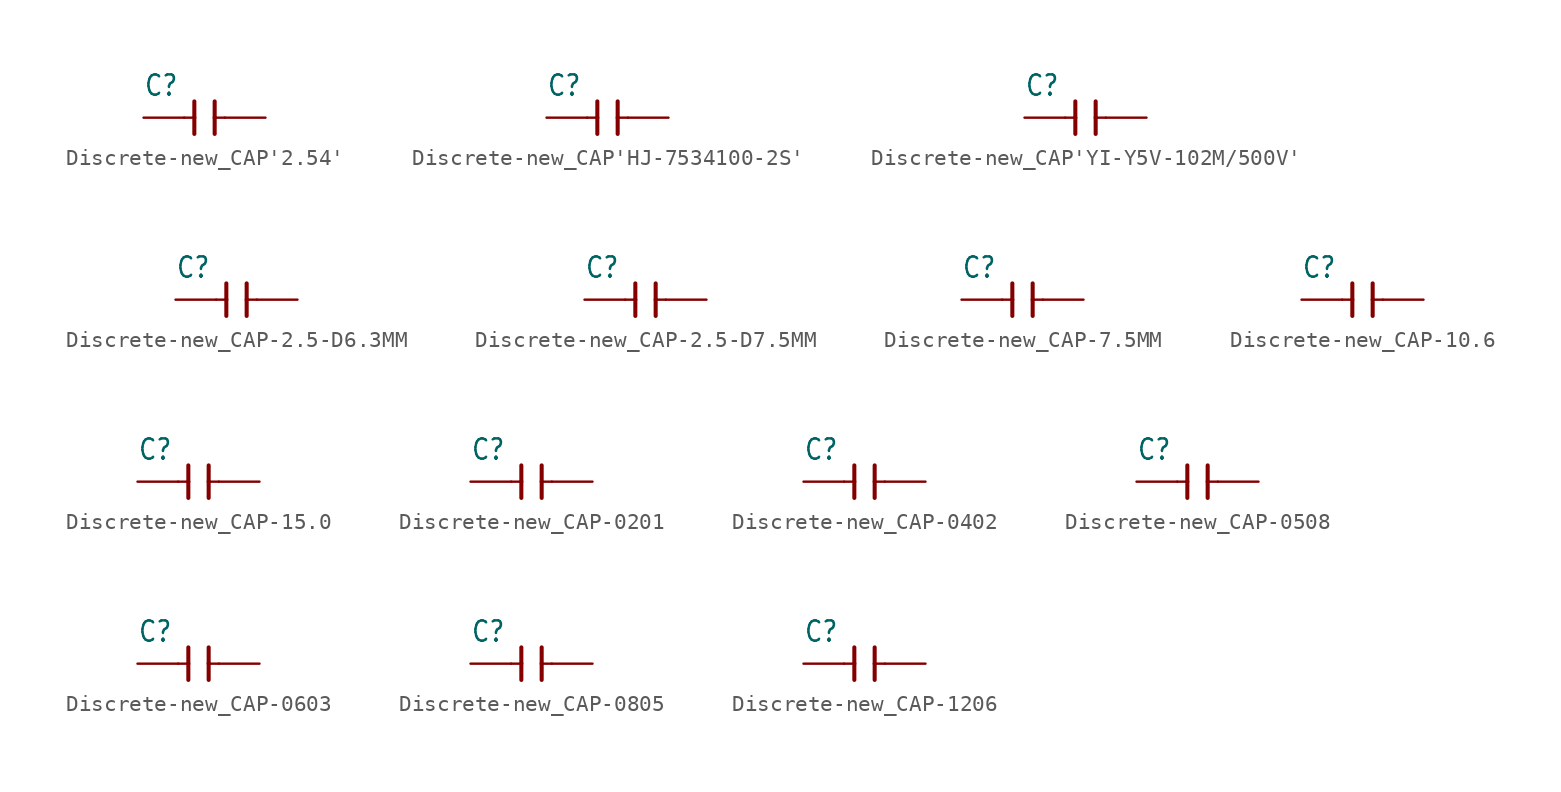
<source format=kicad_sym>
(kicad_symbol_lib
  (version 20231120)
  (generator "kicad_symbol_editor")
  (generator_version "8.0")
  (symbol "Discrete-new_CAP'2.54'"
    (property "Reference" "C"
      (at -3.81 1.27 0)
      (effects (font (size 1.27 1.079)) (justify left bottom)))
    (property "Value" ""
      (at -3.81 0 0)
      (effects (font (size 1.27 1.079)) (justify left bottom)))
    (property "ki_locked" ""
      (at 0 0 0)
      (effects (font (size 1.27 1.27))))
    (symbol "Discrete-new_CAP'2.54'_1_0"
      (polyline (pts (xy -1.27 0) (xy -0.635 0)) (stroke (width 0.152) (type solid)) (fill (type none)))
      (polyline (pts (xy -0.635 -1.016) (xy -0.635 0)) (stroke (width 0.254) (type solid)) (fill (type none)))
      (polyline (pts (xy -0.635 0) (xy -0.635 1.016)) (stroke (width 0.254) (type solid)) (fill (type none)))
      (polyline (pts (xy 0.635 0) (xy 0.635 -1.016)) (stroke (width 0.254) (type solid)) (fill (type none)))
      (polyline (pts (xy 0.635 0) (xy 1.27 0)) (stroke (width 0.152) (type solid)) (fill (type none)))
      (polyline (pts (xy 0.635 1.016) (xy 0.635 0)) (stroke (width 0.254) (type solid)) (fill (type none)))
      (pin passive line (at -3.81 0 0) (length 2.54) (name "1" (effects (font (size 0 0)))) (number "1" (effects (font (size 0 0)))))
      (pin passive line (at 3.81 0 180) (length 2.54) (name "2" (effects (font (size 0 0)))) (number "2" (effects (font (size 0 0)))))))
  (symbol "Discrete-new_CAP'HJ-7534100-2S'"
    (property "Reference" "C"
      (at -3.81 1.27 0)
      (effects (font (size 1.27 1.079)) (justify left bottom)))
    (property "Value" ""
      (at -3.81 0 0)
      (effects (font (size 1.27 1.079)) (justify left bottom)))
    (property "ki_locked" ""
      (at 0 0 0)
      (effects (font (size 1.27 1.27))))
    (symbol "Discrete-new_CAP'HJ-7534100-2S'_1_0"
      (polyline (pts (xy -1.27 0) (xy -0.635 0)) (stroke (width 0.152) (type solid)) (fill (type none)))
      (polyline (pts (xy -0.635 -1.016) (xy -0.635 0)) (stroke (width 0.254) (type solid)) (fill (type none)))
      (polyline (pts (xy -0.635 0) (xy -0.635 1.016)) (stroke (width 0.254) (type solid)) (fill (type none)))
      (polyline (pts (xy 0.635 0) (xy 0.635 -1.016)) (stroke (width 0.254) (type solid)) (fill (type none)))
      (polyline (pts (xy 0.635 0) (xy 1.27 0)) (stroke (width 0.152) (type solid)) (fill (type none)))
      (polyline (pts (xy 0.635 1.016) (xy 0.635 0)) (stroke (width 0.254) (type solid)) (fill (type none)))
      (pin passive line (at -3.81 0 0) (length 2.54) (name "1" (effects (font (size 0 0)))) (number "1" (effects (font (size 0 0)))))
      (pin passive line (at 3.81 0 180) (length 2.54) (name "2" (effects (font (size 0 0)))) (number "2" (effects (font (size 0 0)))))))
  (symbol "Discrete-new_CAP'YI-Y5V-102M/500V'"
    (property "Reference" "C"
      (at -3.81 1.27 0)
      (effects (font (size 1.27 1.079)) (justify left bottom)))
    (property "Value" ""
      (at -3.81 0 0)
      (effects (font (size 1.27 1.079)) (justify left bottom)))
    (property "ki_locked" ""
      (at 0 0 0)
      (effects (font (size 1.27 1.27))))
    (symbol "Discrete-new_CAP'YI-Y5V-102M/500V'_1_0"
      (polyline (pts (xy -1.27 0) (xy -0.635 0)) (stroke (width 0.152) (type solid)) (fill (type none)))
      (polyline (pts (xy -0.635 -1.016) (xy -0.635 0)) (stroke (width 0.254) (type solid)) (fill (type none)))
      (polyline (pts (xy -0.635 0) (xy -0.635 1.016)) (stroke (width 0.254) (type solid)) (fill (type none)))
      (polyline (pts (xy 0.635 0) (xy 0.635 -1.016)) (stroke (width 0.254) (type solid)) (fill (type none)))
      (polyline (pts (xy 0.635 0) (xy 1.27 0)) (stroke (width 0.152) (type solid)) (fill (type none)))
      (polyline (pts (xy 0.635 1.016) (xy 0.635 0)) (stroke (width 0.254) (type solid)) (fill (type none)))
      (pin passive line (at -3.81 0 0) (length 2.54) (name "1" (effects (font (size 0 0)))) (number "1" (effects (font (size 0 0)))))
      (pin passive line (at 3.81 0 180) (length 2.54) (name "2" (effects (font (size 0 0)))) (number "2" (effects (font (size 0 0)))))))
  (symbol "Discrete-new_CAP-2.5-D6.3MM"
    (property "Reference" "C"
      (at -3.81 1.27 0)
      (effects (font (size 1.27 1.079)) (justify left bottom)))
    (property "Value" ""
      (at -3.81 0 0)
      (effects (font (size 1.27 1.079)) (justify left bottom)))
    (property "ki_locked" ""
      (at 0 0 0)
      (effects (font (size 1.27 1.27))))
    (symbol "Discrete-new_CAP-2.5-D6.3MM_1_0"
      (polyline (pts (xy -1.27 0) (xy -0.635 0)) (stroke (width 0.152) (type solid)) (fill (type none)))
      (polyline (pts (xy -0.635 -1.016) (xy -0.635 0)) (stroke (width 0.254) (type solid)) (fill (type none)))
      (polyline (pts (xy -0.635 0) (xy -0.635 1.016)) (stroke (width 0.254) (type solid)) (fill (type none)))
      (polyline (pts (xy 0.635 0) (xy 0.635 -1.016)) (stroke (width 0.254) (type solid)) (fill (type none)))
      (polyline (pts (xy 0.635 0) (xy 1.27 0)) (stroke (width 0.152) (type solid)) (fill (type none)))
      (polyline (pts (xy 0.635 1.016) (xy 0.635 0)) (stroke (width 0.254) (type solid)) (fill (type none)))
      (pin passive line (at -3.81 0 0) (length 2.54) (name "1" (effects (font (size 0 0)))) (number "1" (effects (font (size 0 0)))))
      (pin passive line (at 3.81 0 180) (length 2.54) (name "2" (effects (font (size 0 0)))) (number "2" (effects (font (size 0 0)))))))
  (symbol "Discrete-new_CAP-2.5-D7.5MM"
    (property "Reference" "C"
      (at -3.81 1.27 0)
      (effects (font (size 1.27 1.079)) (justify left bottom)))
    (property "Value" ""
      (at -3.81 0 0)
      (effects (font (size 1.27 1.079)) (justify left bottom)))
    (property "ki_locked" ""
      (at 0 0 0)
      (effects (font (size 1.27 1.27))))
    (symbol "Discrete-new_CAP-2.5-D7.5MM_1_0"
      (polyline (pts (xy -1.27 0) (xy -0.635 0)) (stroke (width 0.152) (type solid)) (fill (type none)))
      (polyline (pts (xy -0.635 -1.016) (xy -0.635 0)) (stroke (width 0.254) (type solid)) (fill (type none)))
      (polyline (pts (xy -0.635 0) (xy -0.635 1.016)) (stroke (width 0.254) (type solid)) (fill (type none)))
      (polyline (pts (xy 0.635 0) (xy 0.635 -1.016)) (stroke (width 0.254) (type solid)) (fill (type none)))
      (polyline (pts (xy 0.635 0) (xy 1.27 0)) (stroke (width 0.152) (type solid)) (fill (type none)))
      (polyline (pts (xy 0.635 1.016) (xy 0.635 0)) (stroke (width 0.254) (type solid)) (fill (type none)))
      (pin passive line (at -3.81 0 0) (length 2.54) (name "1" (effects (font (size 0 0)))) (number "1" (effects (font (size 0 0)))))
      (pin passive line (at 3.81 0 180) (length 2.54) (name "2" (effects (font (size 0 0)))) (number "2" (effects (font (size 0 0)))))))
  (symbol "Discrete-new_CAP-7.5MM"
    (property "Reference" "C"
      (at -3.81 1.27 0)
      (effects (font (size 1.27 1.079)) (justify left bottom)))
    (property "Value" ""
      (at -3.81 0 0)
      (effects (font (size 1.27 1.079)) (justify left bottom)))
    (property "ki_locked" ""
      (at 0 0 0)
      (effects (font (size 1.27 1.27))))
    (symbol "Discrete-new_CAP-7.5MM_1_0"
      (polyline (pts (xy -1.27 0) (xy -0.635 0)) (stroke (width 0.152) (type solid)) (fill (type none)))
      (polyline (pts (xy -0.635 -1.016) (xy -0.635 0)) (stroke (width 0.254) (type solid)) (fill (type none)))
      (polyline (pts (xy -0.635 0) (xy -0.635 1.016)) (stroke (width 0.254) (type solid)) (fill (type none)))
      (polyline (pts (xy 0.635 0) (xy 0.635 -1.016)) (stroke (width 0.254) (type solid)) (fill (type none)))
      (polyline (pts (xy 0.635 0) (xy 1.27 0)) (stroke (width 0.152) (type solid)) (fill (type none)))
      (polyline (pts (xy 0.635 1.016) (xy 0.635 0)) (stroke (width 0.254) (type solid)) (fill (type none)))
      (pin passive line (at -3.81 0 0) (length 2.54) (name "1" (effects (font (size 0 0)))) (number "1" (effects (font (size 0 0)))))
      (pin passive line (at 3.81 0 180) (length 2.54) (name "2" (effects (font (size 0 0)))) (number "2" (effects (font (size 0 0)))))))
  (symbol "Discrete-new_CAP-10.6"
    (property "Reference" "C"
      (at -3.81 1.27 0)
      (effects (font (size 1.27 1.079)) (justify left bottom)))
    (property "Value" ""
      (at -3.81 0 0)
      (effects (font (size 1.27 1.079)) (justify left bottom)))
    (property "ki_locked" ""
      (at 0 0 0)
      (effects (font (size 1.27 1.27))))
    (symbol "Discrete-new_CAP-10.6_1_0"
      (polyline (pts (xy -1.27 0) (xy -0.635 0)) (stroke (width 0.152) (type solid)) (fill (type none)))
      (polyline (pts (xy -0.635 -1.016) (xy -0.635 0)) (stroke (width 0.254) (type solid)) (fill (type none)))
      (polyline (pts (xy -0.635 0) (xy -0.635 1.016)) (stroke (width 0.254) (type solid)) (fill (type none)))
      (polyline (pts (xy 0.635 0) (xy 0.635 -1.016)) (stroke (width 0.254) (type solid)) (fill (type none)))
      (polyline (pts (xy 0.635 0) (xy 1.27 0)) (stroke (width 0.152) (type solid)) (fill (type none)))
      (polyline (pts (xy 0.635 1.016) (xy 0.635 0)) (stroke (width 0.254) (type solid)) (fill (type none)))
      (pin passive line (at -3.81 0 0) (length 2.54) (name "1" (effects (font (size 0 0)))) (number "1" (effects (font (size 0 0)))))
      (pin passive line (at 3.81 0 180) (length 2.54) (name "2" (effects (font (size 0 0)))) (number "2" (effects (font (size 0 0)))))))
  (symbol "Discrete-new_CAP-15.0"
    (property "Reference" "C"
      (at -3.81 1.27 0)
      (effects (font (size 1.27 1.079)) (justify left bottom)))
    (property "Value" ""
      (at -3.81 0 0)
      (effects (font (size 1.27 1.079)) (justify left bottom)))
    (property "ki_locked" ""
      (at 0 0 0)
      (effects (font (size 1.27 1.27))))
    (symbol "Discrete-new_CAP-15.0_1_0"
      (polyline (pts (xy -1.27 0) (xy -0.635 0)) (stroke (width 0.152) (type solid)) (fill (type none)))
      (polyline (pts (xy -0.635 -1.016) (xy -0.635 0)) (stroke (width 0.254) (type solid)) (fill (type none)))
      (polyline (pts (xy -0.635 0) (xy -0.635 1.016)) (stroke (width 0.254) (type solid)) (fill (type none)))
      (polyline (pts (xy 0.635 0) (xy 0.635 -1.016)) (stroke (width 0.254) (type solid)) (fill (type none)))
      (polyline (pts (xy 0.635 0) (xy 1.27 0)) (stroke (width 0.152) (type solid)) (fill (type none)))
      (polyline (pts (xy 0.635 1.016) (xy 0.635 0)) (stroke (width 0.254) (type solid)) (fill (type none)))
      (pin passive line (at -3.81 0 0) (length 2.54) (name "1" (effects (font (size 0 0)))) (number "1" (effects (font (size 0 0)))))
      (pin passive line (at 3.81 0 180) (length 2.54) (name "2" (effects (font (size 0 0)))) (number "2" (effects (font (size 0 0)))))))
  (symbol "Discrete-new_CAP-0201"
    (property "Reference" "C"
      (at -3.81 1.27 0)
      (effects (font (size 1.27 1.079)) (justify left bottom)))
    (property "Value" ""
      (at -3.81 0 0)
      (effects (font (size 1.27 1.079)) (justify left bottom)))
    (property "ki_locked" ""
      (at 0 0 0)
      (effects (font (size 1.27 1.27))))
    (symbol "Discrete-new_CAP-0201_1_0"
      (polyline (pts (xy -1.27 0) (xy -0.635 0)) (stroke (width 0.152) (type solid)) (fill (type none)))
      (polyline (pts (xy -0.635 -1.016) (xy -0.635 0)) (stroke (width 0.254) (type solid)) (fill (type none)))
      (polyline (pts (xy -0.635 0) (xy -0.635 1.016)) (stroke (width 0.254) (type solid)) (fill (type none)))
      (polyline (pts (xy 0.635 0) (xy 0.635 -1.016)) (stroke (width 0.254) (type solid)) (fill (type none)))
      (polyline (pts (xy 0.635 0) (xy 1.27 0)) (stroke (width 0.152) (type solid)) (fill (type none)))
      (polyline (pts (xy 0.635 1.016) (xy 0.635 0)) (stroke (width 0.254) (type solid)) (fill (type none)))
      (pin passive line (at -3.81 0 0) (length 2.54) (name "1" (effects (font (size 0 0)))) (number "1" (effects (font (size 0 0)))))
      (pin passive line (at 3.81 0 180) (length 2.54) (name "2" (effects (font (size 0 0)))) (number "2" (effects (font (size 0 0)))))))
  (symbol "Discrete-new_CAP-0402"
    (property "Reference" "C"
      (at -3.81 1.27 0)
      (effects (font (size 1.27 1.079)) (justify left bottom)))
    (property "Value" ""
      (at -3.81 0 0)
      (effects (font (size 1.27 1.079)) (justify left bottom)))
    (property "ki_locked" ""
      (at 0 0 0)
      (effects (font (size 1.27 1.27))))
    (symbol "Discrete-new_CAP-0402_1_0"
      (polyline (pts (xy -1.27 0) (xy -0.635 0)) (stroke (width 0.152) (type solid)) (fill (type none)))
      (polyline (pts (xy -0.635 -1.016) (xy -0.635 0)) (stroke (width 0.254) (type solid)) (fill (type none)))
      (polyline (pts (xy -0.635 0) (xy -0.635 1.016)) (stroke (width 0.254) (type solid)) (fill (type none)))
      (polyline (pts (xy 0.635 0) (xy 0.635 -1.016)) (stroke (width 0.254) (type solid)) (fill (type none)))
      (polyline (pts (xy 0.635 0) (xy 1.27 0)) (stroke (width 0.152) (type solid)) (fill (type none)))
      (polyline (pts (xy 0.635 1.016) (xy 0.635 0)) (stroke (width 0.254) (type solid)) (fill (type none)))
      (pin passive line (at -3.81 0 0) (length 2.54) (name "1" (effects (font (size 0 0)))) (number "1" (effects (font (size 0 0)))))
      (pin passive line (at 3.81 0 180) (length 2.54) (name "2" (effects (font (size 0 0)))) (number "2" (effects (font (size 0 0)))))))
  (symbol "Discrete-new_CAP-0508"
    (property "Reference" "C"
      (at -3.81 1.27 0)
      (effects (font (size 1.27 1.079)) (justify left bottom)))
    (property "Value" ""
      (at -3.81 0 0)
      (effects (font (size 1.27 1.079)) (justify left bottom)))
    (property "ki_locked" ""
      (at 0 0 0)
      (effects (font (size 1.27 1.27))))
    (symbol "Discrete-new_CAP-0508_1_0"
      (polyline (pts (xy -1.27 0) (xy -0.635 0)) (stroke (width 0.152) (type solid)) (fill (type none)))
      (polyline (pts (xy -0.635 -1.016) (xy -0.635 0)) (stroke (width 0.254) (type solid)) (fill (type none)))
      (polyline (pts (xy -0.635 0) (xy -0.635 1.016)) (stroke (width 0.254) (type solid)) (fill (type none)))
      (polyline (pts (xy 0.635 0) (xy 0.635 -1.016)) (stroke (width 0.254) (type solid)) (fill (type none)))
      (polyline (pts (xy 0.635 0) (xy 1.27 0)) (stroke (width 0.152) (type solid)) (fill (type none)))
      (polyline (pts (xy 0.635 1.016) (xy 0.635 0)) (stroke (width 0.254) (type solid)) (fill (type none)))
      (pin passive line (at -3.81 0 0) (length 2.54) (name "1" (effects (font (size 0 0)))) (number "1" (effects (font (size 0 0)))))
      (pin passive line (at 3.81 0 180) (length 2.54) (name "2" (effects (font (size 0 0)))) (number "2" (effects (font (size 0 0)))))))
  (symbol "Discrete-new_CAP-0603"
    (property "Reference" "C"
      (at -3.81 1.27 0)
      (effects (font (size 1.27 1.079)) (justify left bottom)))
    (property "Value" ""
      (at -3.81 0 0)
      (effects (font (size 1.27 1.079)) (justify left bottom)))
    (property "ki_locked" ""
      (at 0 0 0)
      (effects (font (size 1.27 1.27))))
    (symbol "Discrete-new_CAP-0603_1_0"
      (polyline (pts (xy -1.27 0) (xy -0.635 0)) (stroke (width 0.152) (type solid)) (fill (type none)))
      (polyline (pts (xy -0.635 -1.016) (xy -0.635 0)) (stroke (width 0.254) (type solid)) (fill (type none)))
      (polyline (pts (xy -0.635 0) (xy -0.635 1.016)) (stroke (width 0.254) (type solid)) (fill (type none)))
      (polyline (pts (xy 0.635 0) (xy 0.635 -1.016)) (stroke (width 0.254) (type solid)) (fill (type none)))
      (polyline (pts (xy 0.635 0) (xy 1.27 0)) (stroke (width 0.152) (type solid)) (fill (type none)))
      (polyline (pts (xy 0.635 1.016) (xy 0.635 0)) (stroke (width 0.254) (type solid)) (fill (type none)))
      (pin passive line (at -3.81 0 0) (length 2.54) (name "1" (effects (font (size 0 0)))) (number "1" (effects (font (size 0 0)))))
      (pin passive line (at 3.81 0 180) (length 2.54) (name "2" (effects (font (size 0 0)))) (number "2" (effects (font (size 0 0)))))))
  (symbol "Discrete-new_CAP-0805"
    (property "Reference" "C"
      (at -3.81 1.27 0)
      (effects (font (size 1.27 1.079)) (justify left bottom)))
    (property "Value" ""
      (at -3.81 0 0)
      (effects (font (size 1.27 1.079)) (justify left bottom)))
    (property "ki_locked" ""
      (at 0 0 0)
      (effects (font (size 1.27 1.27))))
    (symbol "Discrete-new_CAP-0805_1_0"
      (polyline (pts (xy -1.27 0) (xy -0.635 0)) (stroke (width 0.152) (type solid)) (fill (type none)))
      (polyline (pts (xy -0.635 -1.016) (xy -0.635 0)) (stroke (width 0.254) (type solid)) (fill (type none)))
      (polyline (pts (xy -0.635 0) (xy -0.635 1.016)) (stroke (width 0.254) (type solid)) (fill (type none)))
      (polyline (pts (xy 0.635 0) (xy 0.635 -1.016)) (stroke (width 0.254) (type solid)) (fill (type none)))
      (polyline (pts (xy 0.635 0) (xy 1.27 0)) (stroke (width 0.152) (type solid)) (fill (type none)))
      (polyline (pts (xy 0.635 1.016) (xy 0.635 0)) (stroke (width 0.254) (type solid)) (fill (type none)))
      (pin passive line (at -3.81 0 0) (length 2.54) (name "1" (effects (font (size 0 0)))) (number "1" (effects (font (size 0 0)))))
      (pin passive line (at 3.81 0 180) (length 2.54) (name "2" (effects (font (size 0 0)))) (number "2" (effects (font (size 0 0)))))))
  (symbol "Discrete-new_CAP-1206"
    (property "Reference" "C"
      (at -3.81 1.27 0)
      (effects (font (size 1.27 1.079)) (justify left bottom)))
    (property "Value" ""
      (at -3.81 0 0)
      (effects (font (size 1.27 1.079)) (justify left bottom)))
    (property "ki_locked" ""
      (at 0 0 0)
      (effects (font (size 1.27 1.27))))
    (symbol "Discrete-new_CAP-1206_1_0"
      (polyline (pts (xy -1.27 0) (xy -0.635 0)) (stroke (width 0.152) (type solid)) (fill (type none)))
      (polyline (pts (xy -0.635 -1.016) (xy -0.635 0)) (stroke (width 0.254) (type solid)) (fill (type none)))
      (polyline (pts (xy -0.635 0) (xy -0.635 1.016)) (stroke (width 0.254) (type solid)) (fill (type none)))
      (polyline (pts (xy 0.635 0) (xy 0.635 -1.016)) (stroke (width 0.254) (type solid)) (fill (type none)))
      (polyline (pts (xy 0.635 0) (xy 1.27 0)) (stroke (width 0.152) (type solid)) (fill (type none)))
      (polyline (pts (xy 0.635 1.016) (xy 0.635 0)) (stroke (width 0.254) (type solid)) (fill (type none)))
      (pin passive line (at -3.81 0 0) (length 2.54) (name "1" (effects (font (size 0 0)))) (number "1" (effects (font (size 0 0)))))
      (pin passive line (at 3.81 0 180) (length 2.54) (name "2" (effects (font (size 0 0)))) (number "2" (effects (font (size 0 0))))))))
</source>
